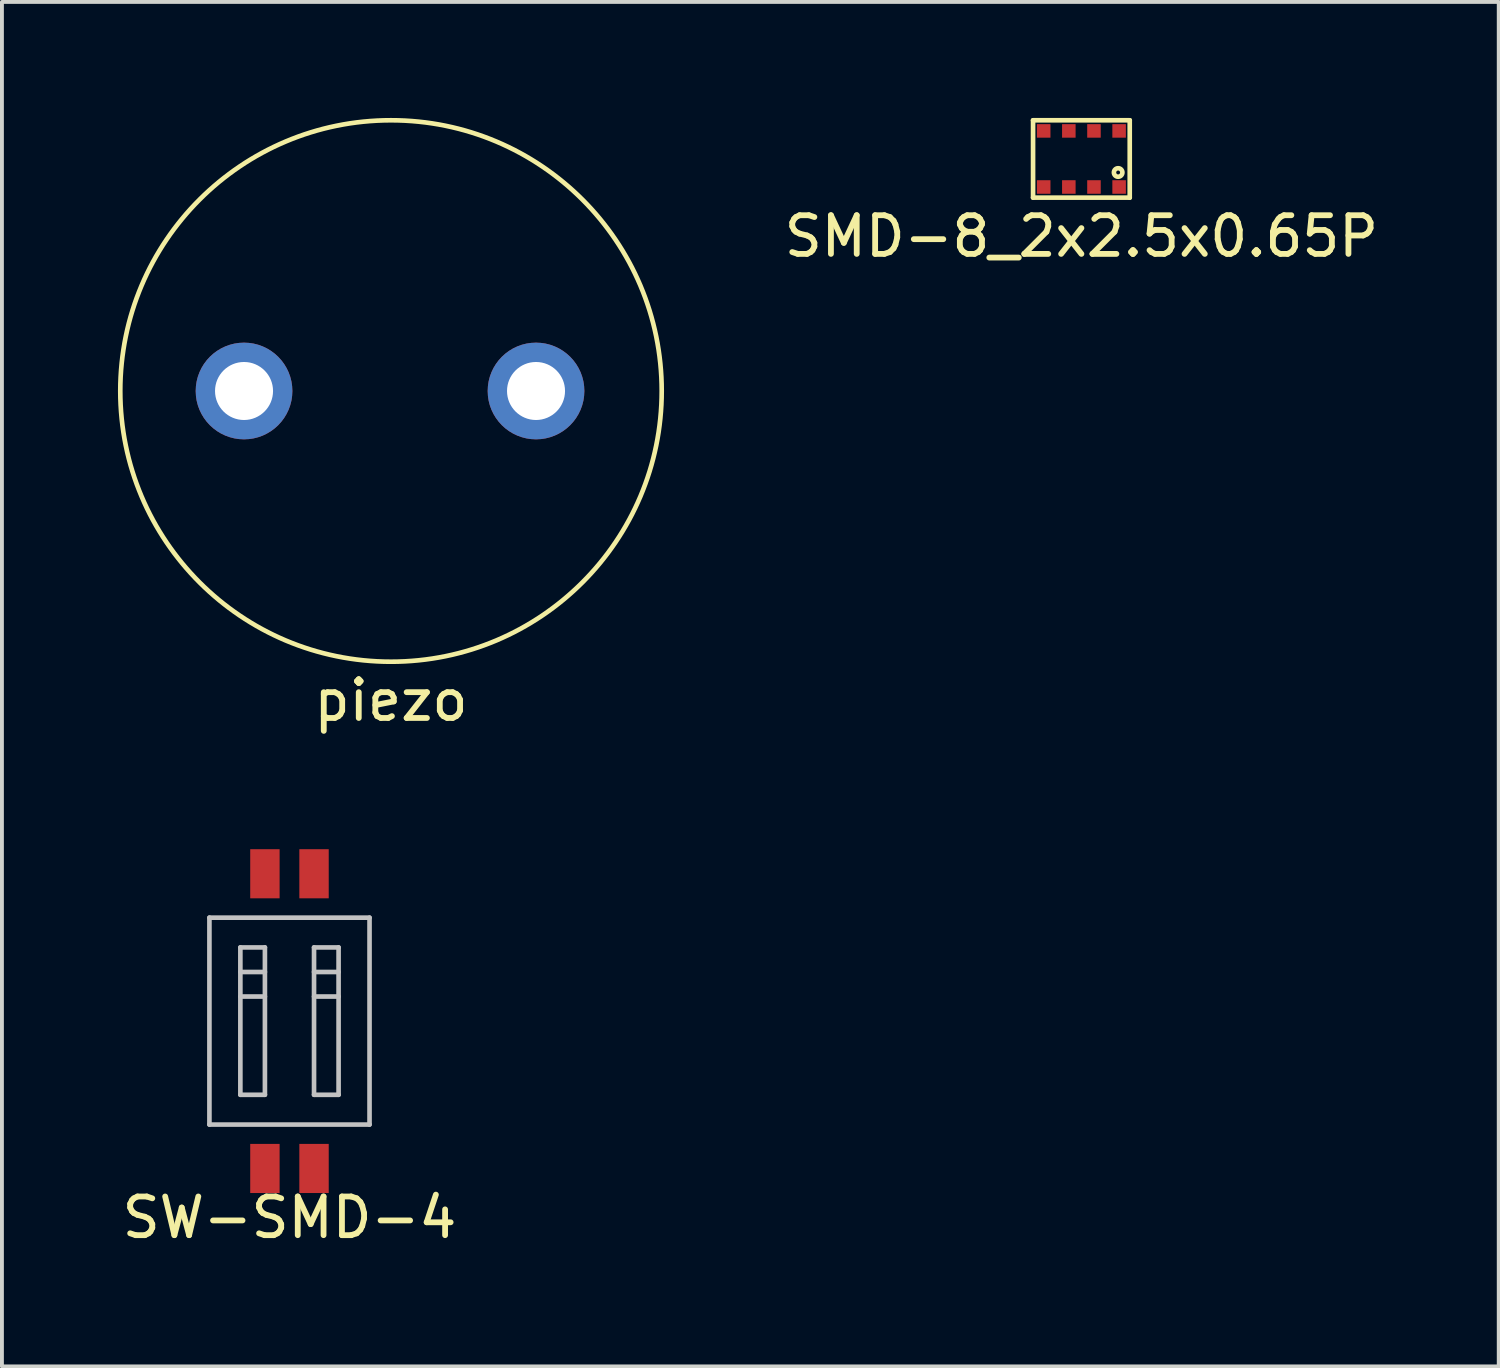
<source format=kicad_pcb>
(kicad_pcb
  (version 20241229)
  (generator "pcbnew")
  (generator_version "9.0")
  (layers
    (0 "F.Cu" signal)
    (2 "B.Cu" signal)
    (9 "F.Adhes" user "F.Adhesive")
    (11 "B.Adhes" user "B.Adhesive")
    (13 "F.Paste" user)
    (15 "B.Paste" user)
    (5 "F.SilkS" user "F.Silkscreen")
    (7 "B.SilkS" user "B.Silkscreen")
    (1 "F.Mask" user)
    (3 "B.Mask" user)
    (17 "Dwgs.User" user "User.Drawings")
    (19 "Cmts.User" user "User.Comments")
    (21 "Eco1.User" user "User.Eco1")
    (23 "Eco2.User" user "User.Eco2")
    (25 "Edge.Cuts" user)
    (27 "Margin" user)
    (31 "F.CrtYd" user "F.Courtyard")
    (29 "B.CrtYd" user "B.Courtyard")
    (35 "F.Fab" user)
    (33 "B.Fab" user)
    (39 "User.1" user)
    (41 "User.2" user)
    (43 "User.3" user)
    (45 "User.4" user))
  (footprint "SW-SMD-4"
    (layer "F.Cu")
    (at 4.435 23.353)
    (property "Reference" "SW-SMD-4" (at 0 5.08 0) (layer "F.SilkS") (effects (font (size 1 1) (thickness 0.15))))
    (attr smd)
    (fp_line (start -2.07 -2.675) (end -2.07 2.675) (stroke (width 0.12) (type solid)) (layer "Dwgs.User"))
    (fp_line (start -1.27 -1.905) (end -1.27 1.905) (stroke (width 0.12) (type solid)) (layer "Dwgs.User"))
    (fp_line (start -1.27 -1.27) (end -0.635 -1.27) (stroke (width 0.12) (type solid)) (layer "Dwgs.User"))
    (fp_line (start -1.27 1.905) (end -0.635 1.905) (stroke (width 0.12) (type solid)) (layer "Dwgs.User"))
    (fp_line (start -0.635 -1.905) (end -1.27 -1.905) (stroke (width 0.12) (type solid)) (layer "Dwgs.User"))
    (fp_line (start -0.635 -0.635) (end -1.27 -0.635) (stroke (width 0.12) (type solid)) (layer "Dwgs.User"))
    (fp_line (start -0.635 1.905) (end -0.635 -1.905) (stroke (width 0.12) (type solid)) (layer "Dwgs.User"))
    (fp_line (start 0.635 -1.905) (end 0.635 1.905) (stroke (width 0.12) (type solid)) (layer "Dwgs.User"))
    (fp_line (start 0.635 -1.27) (end 1.27 -1.27) (stroke (width 0.12) (type solid)) (layer "Dwgs.User"))
    (fp_line (start 0.635 1.905) (end 1.27 1.905) (stroke (width 0.12) (type solid)) (layer "Dwgs.User"))
    (fp_line (start 1.27 -1.905) (end 0.635 -1.905) (stroke (width 0.12) (type solid)) (layer "Dwgs.User"))
    (fp_line (start 1.27 -0.635) (end 0.635 -0.635) (stroke (width 0.12) (type solid)) (layer "Dwgs.User"))
    (fp_line (start 1.27 1.905) (end 1.27 -1.905) (stroke (width 0.12) (type solid)) (layer "Dwgs.User"))
    (fp_line (start 2.07 -2.675) (end -2.07 -2.675) (stroke (width 0.12) (type solid)) (layer "Dwgs.User"))
    (fp_line (start 2.07 2.675) (end -2.07 2.675) (stroke (width 0.12) (type solid)) (layer "Dwgs.User"))
    (fp_line (start 2.07 2.675) (end 2.07 -2.675) (stroke (width 0.12) (type solid)) (layer "Dwgs.User"))
    (pad "1" smd rect (at -0.635 -3.81) (size 0.76 1.27) (layers "F.Cu" "F.Mask" "F.Paste"))
    (pad "2" smd rect (at 0.635 -3.81) (size 0.76 1.27) (layers "F.Cu" "F.Mask" "F.Paste"))
    (pad "3" smd rect (at 0.635 3.81) (size 0.76 1.27) (layers "F.Cu" "F.Mask" "F.Paste"))
    (pad "4" smd rect (at -0.635 3.81) (size 0.76 1.27) (layers "F.Cu" "F.Mask" "F.Paste")))
  (footprint "SMD-8_2x2.5x0.65P"
    (layer "F.Cu")
    (at 24.912 1.06)
    (property "Reference" "SMD-8_2x2.5x0.65P" (at 0 2 0) (layer "F.SilkS") (effects (font (size 1 1) (thickness 0.15))))
    (attr smd)
    (fp_line (start -1.25 -1) (end -1.25 1) (stroke (width 0.12) (type solid)) (layer "F.SilkS"))
    (fp_line (start -1.25 1) (end 1.25 1) (stroke (width 0.12) (type solid)) (layer "F.SilkS"))
    (fp_line (start 1.25 -1) (end -1.25 -1) (stroke (width 0.12) (type solid)) (layer "F.SilkS"))
    (fp_line (start 1.25 1) (end 1.25 -1) (stroke (width 0.12) (type solid)) (layer "F.SilkS"))
    (fp_circle (center 0.95 0.35) (end 1 0.35) (stroke (width 0.12) (type solid)) (fill no) (layer "F.SilkS"))
    (pad "1" smd rect (at 0.975 0.725) (size 0.35 0.35) (layers "F.Cu" "F.Mask" "F.Paste"))
    (pad "2" smd rect (at 0.325 0.725) (size 0.35 0.35) (layers "F.Cu" "F.Mask" "F.Paste"))
    (pad "3" smd rect (at -0.325 0.725) (size 0.35 0.35) (layers "F.Cu" "F.Mask" "F.Paste"))
    (pad "4" smd rect (at -0.975 0.725) (size 0.35 0.35) (layers "F.Cu" "F.Mask" "F.Paste"))
    (pad "5" smd rect (at -0.975 -0.725) (size 0.35 0.35) (layers "F.Cu" "F.Mask" "F.Paste"))
    (pad "6" smd rect (at -0.325 -0.725) (size 0.35 0.35) (layers "F.Cu" "F.Mask" "F.Paste"))
    (pad "7" smd rect (at 0.325 -0.725) (size 0.35 0.35) (layers "F.Cu" "F.Mask" "F.Paste"))
    (pad "8" smd rect (at 0.975 -0.725) (size 0.35 0.35) (layers "F.Cu" "F.Mask" "F.Paste")))
  (footprint "piezo"
    (layer "F.Cu")
    (at 7.06 7.06)
    (property "Reference" "piezo" (at 0 8 0) (layer "F.SilkS") (effects (font (size 1 1) (thickness 0.15))))
    (attr through_hole)
    (fp_circle (center 0 0) (end 7 0) (stroke (width 0.12) (type solid)) (fill no) (layer "F.SilkS"))
    (pad "1" thru_hole circle (at -3.8 0) (size 2.5 2.5) (drill 1.5) (layers "*.Cu" "*.Mask"))
    (pad "2" thru_hole circle (at 3.75 0) (size 2.5 2.5) (drill 1.5) (layers "*.Cu" "*.Mask")))
  (gr_rect
    (start -3 -3)
    (end 35.703 32.282)
    (stroke (width 0.1) (type default))
    (fill no)
    (layer "Edge.Cuts")))
</source>
